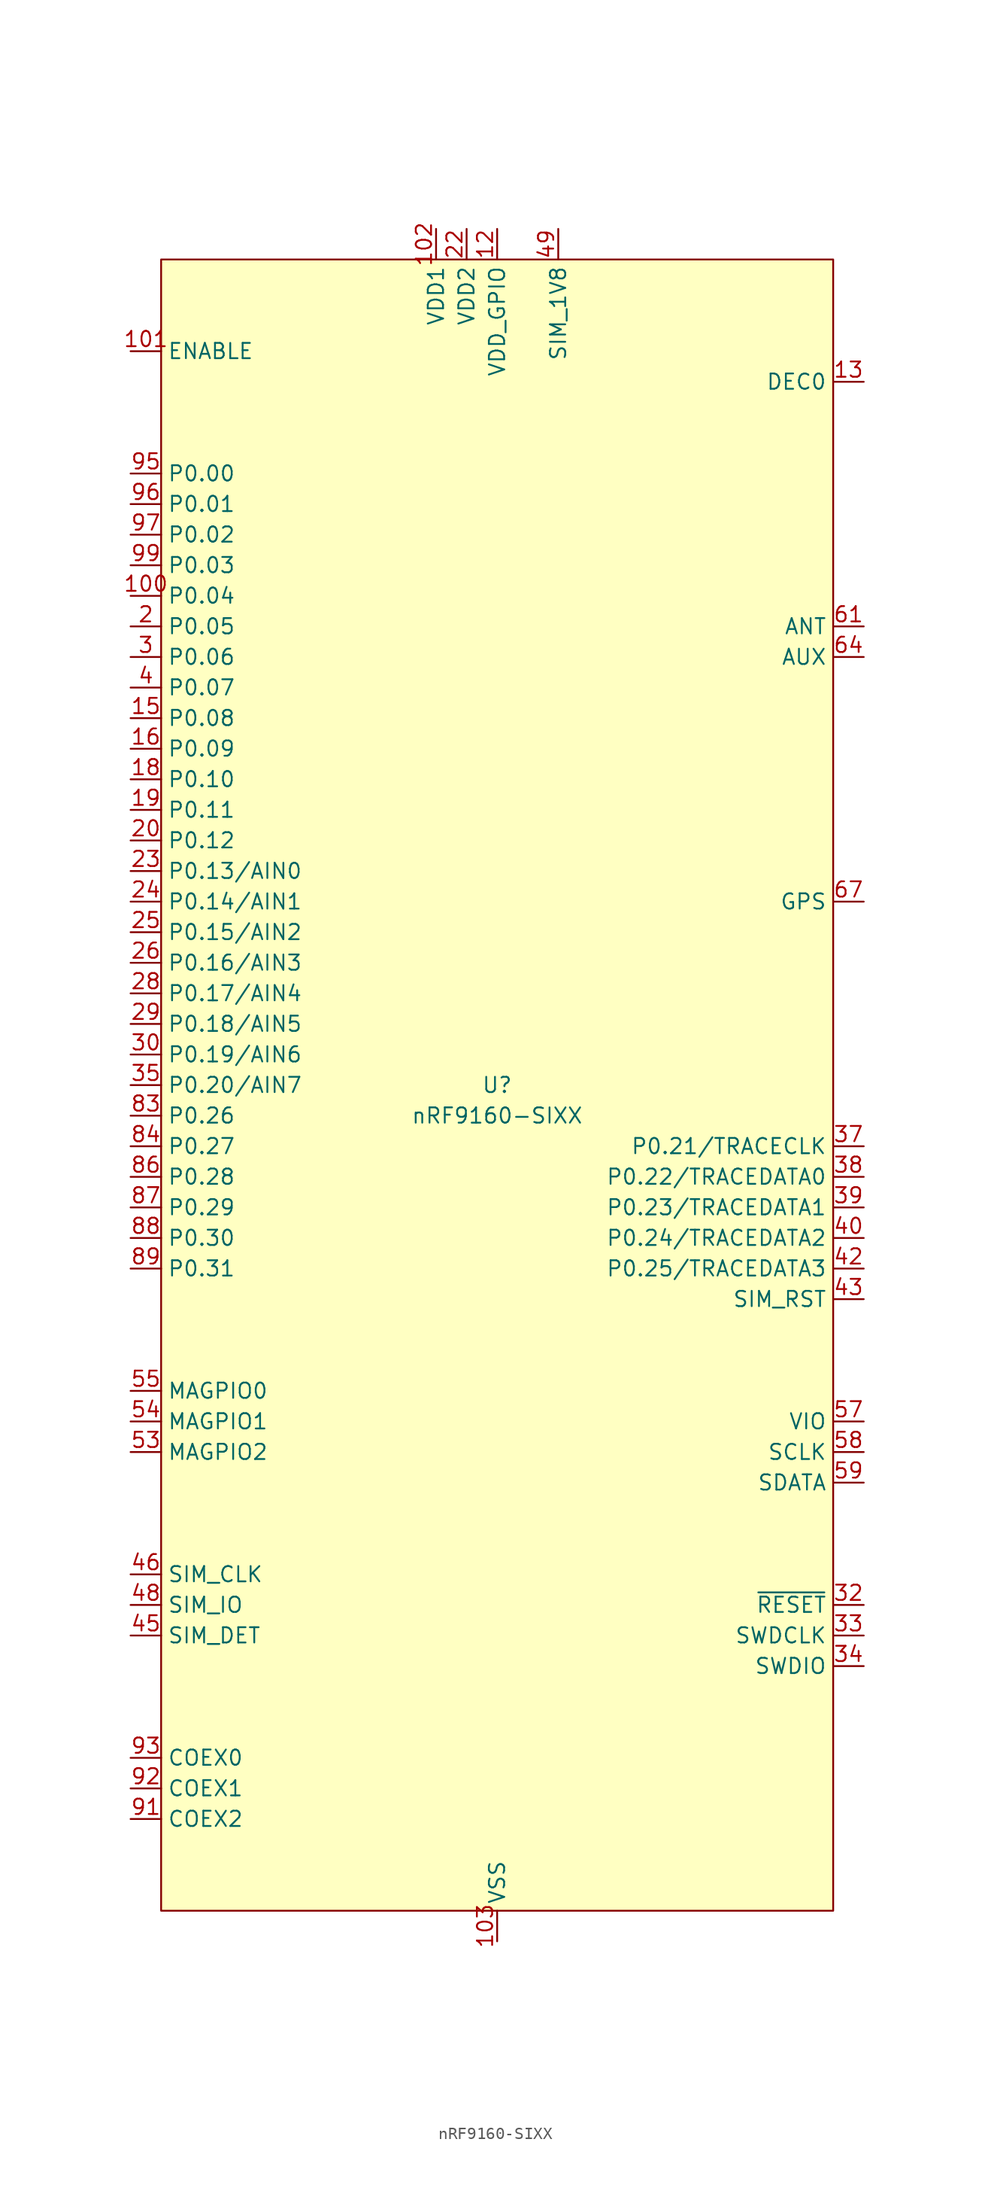
<source format=kicad_sym>
(kicad_symbol_lib
  (version 20220914)
  (generator kicad_symbol_editor)
  (symbol "nRF9160-SIXX"
    (property "Reference" "U"
      (at 0 0 0)
      (do_not_autoplace)
      (effects (font (size 1.27 1.27))))
    (property "Value" "nRF9160-SIXX"
      (at 0 -2.54 0)
      (do_not_autoplace)
      (effects (font (size 1.27 1.27))))
    (symbol "nRF9160-SIXX_0_0"
      (pin unspecified line (at -30.48 40.64 0) (length 2.54) (name "P0.04" (effects (font (size 1.27 1.27)))) (number "100" (effects (font (size 1.27 1.27)))))
      (pin unspecified line (at -30.48 60.96 0) (length 2.54) (name "ENABLE" (effects (font (size 1.27 1.27)))) (number "101" (effects (font (size 1.27 1.27)))))
      (pin unspecified line (at -5.08 71.12 270) (length 2.54) (name "VDD1" (effects (font (size 1.27 1.27)))) (number "102" (effects (font (size 1.27 1.27)))))
      (pin unspecified line (at 0 -71.12 90) (length 2.54) (name "VSS" (effects (font (size 1.27 1.27)))) (number "103" (effects (font (size 1.27 1.27)))))
      (pin unspecified line (at 0 71.12 270) (length 2.54) (name "VDD_GPIO" (effects (font (size 1.27 1.27)))) (number "12" (effects (font (size 1.27 1.27)))))
      (pin unspecified line (at -30.48 30.48 0) (length 2.54) (name "P0.08" (effects (font (size 1.27 1.27)))) (number "15" (effects (font (size 1.27 1.27)))))
      (pin unspecified line (at -30.48 27.94 0) (length 2.54) (name "P0.09" (effects (font (size 1.27 1.27)))) (number "16" (effects (font (size 1.27 1.27)))))
      (pin unspecified line (at -30.48 25.4 0) (length 2.54) (name "P0.10" (effects (font (size 1.27 1.27)))) (number "18" (effects (font (size 1.27 1.27)))))
      (pin unspecified line (at -30.48 22.86 0) (length 2.54) (name "P0.11" (effects (font (size 1.27 1.27)))) (number "19" (effects (font (size 1.27 1.27)))))
      (pin unspecified line (at -30.48 38.1 0) (length 2.54) (name "P0.05" (effects (font (size 1.27 1.27)))) (number "2" (effects (font (size 1.27 1.27)))))
      (pin unspecified line (at -30.48 20.32 0) (length 2.54) (name "P0.12" (effects (font (size 1.27 1.27)))) (number "20" (effects (font (size 1.27 1.27)))))
      (pin unspecified line (at -2.54 71.12 270) (length 2.54) (name "VDD2" (effects (font (size 1.27 1.27)))) (number "22" (effects (font (size 1.27 1.27)))))
      (pin unspecified line (at -30.48 17.78 0) (length 2.54) (name "P0.13/AIN0" (effects (font (size 1.27 1.27)))) (number "23" (effects (font (size 1.27 1.27)))))
      (pin unspecified line (at -30.48 15.24 0) (length 2.54) (name "P0.14/AIN1" (effects (font (size 1.27 1.27)))) (number "24" (effects (font (size 1.27 1.27)))))
      (pin unspecified line (at -30.48 12.7 0) (length 2.54) (name "P0.15/AIN2" (effects (font (size 1.27 1.27)))) (number "25" (effects (font (size 1.27 1.27)))))
      (pin unspecified line (at -30.48 10.16 0) (length 2.54) (name "P0.16/AIN3" (effects (font (size 1.27 1.27)))) (number "26" (effects (font (size 1.27 1.27)))))
      (pin unspecified line (at -30.48 7.62 0) (length 2.54) (name "P0.17/AIN4" (effects (font (size 1.27 1.27)))) (number "28" (effects (font (size 1.27 1.27)))))
      (pin unspecified line (at -30.48 5.08 0) (length 2.54) (name "P0.18/AIN5" (effects (font (size 1.27 1.27)))) (number "29" (effects (font (size 1.27 1.27)))))
      (pin unspecified line (at -30.48 35.56 0) (length 2.54) (name "P0.06" (effects (font (size 1.27 1.27)))) (number "3" (effects (font (size 1.27 1.27)))))
      (pin unspecified line (at -30.48 2.54 0) (length 2.54) (name "P0.19/AIN6" (effects (font (size 1.27 1.27)))) (number "30" (effects (font (size 1.27 1.27)))))
      (pin unspecified line (at 30.48 -45.72 180) (length 2.54) (name "SWDCLK" (effects (font (size 1.27 1.27)))) (number "33" (effects (font (size 1.27 1.27)))))
      (pin unspecified line (at 30.48 -48.26 180) (length 2.54) (name "SWDIO" (effects (font (size 1.27 1.27)))) (number "34" (effects (font (size 1.27 1.27)))))
      (pin unspecified line (at -30.48 0 0) (length 2.54) (name "P0.20/AIN7" (effects (font (size 1.27 1.27)))) (number "35" (effects (font (size 1.27 1.27)))))
      (pin unspecified line (at 30.48 -5.08 180) (length 2.54) (name "P0.21/TRACECLK" (effects (font (size 1.27 1.27)))) (number "37" (effects (font (size 1.27 1.27)))))
      (pin unspecified line (at 30.48 -7.62 180) (length 2.54) (name "P0.22/TRACEDATA0" (effects (font (size 1.27 1.27)))) (number "38" (effects (font (size 1.27 1.27)))))
      (pin unspecified line (at 30.48 -10.16 180) (length 2.54) (name "P0.23/TRACEDATA1" (effects (font (size 1.27 1.27)))) (number "39" (effects (font (size 1.27 1.27)))))
      (pin unspecified line (at -30.48 33.02 0) (length 2.54) (name "P0.07" (effects (font (size 1.27 1.27)))) (number "4" (effects (font (size 1.27 1.27)))))
      (pin unspecified line (at 30.48 -12.7 180) (length 2.54) (name "P0.24/TRACEDATA2" (effects (font (size 1.27 1.27)))) (number "40" (effects (font (size 1.27 1.27)))))
      (pin unspecified line (at 30.48 -15.24 180) (length 2.54) (name "P0.25/TRACEDATA3" (effects (font (size 1.27 1.27)))) (number "42" (effects (font (size 1.27 1.27)))))
      (pin unspecified line (at 30.48 -17.78 180) (length 2.54) (name "SIM_RST" (effects (font (size 1.27 1.27)))) (number "43" (effects (font (size 1.27 1.27)))))
      (pin unspecified line (at -30.48 -45.72 0) (length 2.54) (name "SIM_DET" (effects (font (size 1.27 1.27)))) (number "45" (effects (font (size 1.27 1.27)))))
      (pin unspecified line (at -30.48 -40.64 0) (length 2.54) (name "SIM_CLK" (effects (font (size 1.27 1.27)))) (number "46" (effects (font (size 1.27 1.27)))))
      (pin unspecified line (at -30.48 -43.18 0) (length 2.54) (name "SIM_IO" (effects (font (size 1.27 1.27)))) (number "48" (effects (font (size 1.27 1.27)))))
      (pin unspecified line (at 5.08 71.12 270) (length 2.54) (name "SIM_1V8" (effects (font (size 1.27 1.27)))) (number "49" (effects (font (size 1.27 1.27)))))
      (pin unspecified line (at -30.48 -30.48 0) (length 2.54) (name "MAGPIO2" (effects (font (size 1.27 1.27)))) (number "53" (effects (font (size 1.27 1.27)))))
      (pin unspecified line (at -30.48 -27.94 0) (length 2.54) (name "MAGPIO1" (effects (font (size 1.27 1.27)))) (number "54" (effects (font (size 1.27 1.27)))))
      (pin unspecified line (at -30.48 -25.4 0) (length 2.54) (name "MAGPIO0" (effects (font (size 1.27 1.27)))) (number "55" (effects (font (size 1.27 1.27)))))
      (pin unspecified line (at 30.48 -27.94 180) (length 2.54) (name "VIO" (effects (font (size 1.27 1.27)))) (number "57" (effects (font (size 1.27 1.27)))))
      (pin unspecified line (at 30.48 -30.48 180) (length 2.54) (name "SCLK" (effects (font (size 1.27 1.27)))) (number "58" (effects (font (size 1.27 1.27)))))
      (pin unspecified line (at 30.48 -33.02 180) (length 2.54) (name "SDATA" (effects (font (size 1.27 1.27)))) (number "59" (effects (font (size 1.27 1.27)))))
      (pin unspecified line (at 30.48 38.1 180) (length 2.54) (name "ANT" (effects (font (size 1.27 1.27)))) (number "61" (effects (font (size 1.27 1.27)))))
      (pin unspecified line (at 30.48 35.56 180) (length 2.54) (name "AUX" (effects (font (size 1.27 1.27)))) (number "64" (effects (font (size 1.27 1.27)))))
      (pin unspecified line (at 30.48 15.24 180) (length 2.54) (name "GPS" (effects (font (size 1.27 1.27)))) (number "67" (effects (font (size 1.27 1.27)))))
      (pin unspecified line (at -30.48 -2.54 0) (length 2.54) (name "P0.26" (effects (font (size 1.27 1.27)))) (number "83" (effects (font (size 1.27 1.27)))))
      (pin unspecified line (at -30.48 -5.08 0) (length 2.54) (name "P0.27" (effects (font (size 1.27 1.27)))) (number "84" (effects (font (size 1.27 1.27)))))
      (pin unspecified line (at -30.48 -7.62 0) (length 2.54) (name "P0.28" (effects (font (size 1.27 1.27)))) (number "86" (effects (font (size 1.27 1.27)))))
      (pin unspecified line (at -30.48 -10.16 0) (length 2.54) (name "P0.29" (effects (font (size 1.27 1.27)))) (number "87" (effects (font (size 1.27 1.27)))))
      (pin unspecified line (at -30.48 -12.7 0) (length 2.54) (name "P0.30" (effects (font (size 1.27 1.27)))) (number "88" (effects (font (size 1.27 1.27)))))
      (pin unspecified line (at -30.48 -15.24 0) (length 2.54) (name "P0.31" (effects (font (size 1.27 1.27)))) (number "89" (effects (font (size 1.27 1.27)))))
      (pin unspecified line (at -30.48 -60.96 0) (length 2.54) (name "COEX2" (effects (font (size 1.27 1.27)))) (number "91" (effects (font (size 1.27 1.27)))))
      (pin unspecified line (at -30.48 -58.42 0) (length 2.54) (name "COEX1" (effects (font (size 1.27 1.27)))) (number "92" (effects (font (size 1.27 1.27)))))
      (pin unspecified line (at -30.48 -55.88 0) (length 2.54) (name "COEX0" (effects (font (size 1.27 1.27)))) (number "93" (effects (font (size 1.27 1.27)))))
      (pin unspecified line (at -30.48 50.8 0) (length 2.54) (name "P0.00" (effects (font (size 1.27 1.27)))) (number "95" (effects (font (size 1.27 1.27)))))
      (pin unspecified line (at -30.48 48.26 0) (length 2.54) (name "P0.01" (effects (font (size 1.27 1.27)))) (number "96" (effects (font (size 1.27 1.27)))))
      (pin unspecified line (at -30.48 45.72 0) (length 2.54) (name "P0.02" (effects (font (size 1.27 1.27)))) (number "97" (effects (font (size 1.27 1.27)))))
      (pin unspecified line (at -30.48 43.18 0) (length 2.54) (name "P0.03" (effects (font (size 1.27 1.27)))) (number "99" (effects (font (size 1.27 1.27))))))
    (symbol "nRF9160-SIXX_1_0"
      (pin unspecified line (at 0 -71.12 90) (length 2.54) hide (name "GND_Shield" (effects (font (size 1.27 1.27)))) (number "1" (effects (font (size 1.27 1.27)))))
      (pin no_connect line (at 20.32 -68.58 90) (length 2.54) hide (name "Reserved" (effects (font (size 1.27 1.27)))) (number "10" (effects (font (size 1.27 1.27)))))
      (pin no_connect line (at 2.54 -68.58 90) (length 2.54) hide (name "Reserved" (effects (font (size 1.27 1.27)))) (number "104" (effects (font (size 1.27 1.27)))))
      (pin no_connect line (at 27.94 -53.34 180) (length 2.54) hide (name "Reserved" (effects (font (size 1.27 1.27)))) (number "105" (effects (font (size 1.27 1.27)))))
      (pin no_connect line (at -20.32 -68.58 90) (length 2.54) hide (name "Reserved" (effects (font (size 1.27 1.27)))) (number "106" (effects (font (size 1.27 1.27)))))
      (pin no_connect line (at -15.24 -68.58 90) (length 2.54) hide (name "Reserved" (effects (font (size 1.27 1.27)))) (number "107" (effects (font (size 1.27 1.27)))))
      (pin no_connect line (at -12.7 -68.58 90) (length 2.54) hide (name "Reserved" (effects (font (size 1.27 1.27)))) (number "108" (effects (font (size 1.27 1.27)))))
      (pin no_connect line (at 22.86 -68.58 90) (length 2.54) hide (name "Reserved" (effects (font (size 1.27 1.27)))) (number "109" (effects (font (size 1.27 1.27)))))
      (pin unspecified line (at 0 -71.12 90) (length 2.54) hide (name "GND_Shield" (effects (font (size 1.27 1.27)))) (number "11" (effects (font (size 1.27 1.27)))))
      (pin no_connect line (at 15.24 -68.58 90) (length 2.54) hide (name "Reserved" (effects (font (size 1.27 1.27)))) (number "110" (effects (font (size 1.27 1.27)))))
      (pin no_connect line (at 7.62 -68.58 90) (length 2.54) hide (name "Reserved" (effects (font (size 1.27 1.27)))) (number "111" (effects (font (size 1.27 1.27)))))
      (pin no_connect line (at 27.94 -22.86 180) (length 2.54) hide (name "Reserved" (effects (font (size 1.27 1.27)))) (number "112" (effects (font (size 1.27 1.27)))))
      (pin no_connect line (at 27.94 -50.8 180) (length 2.54) hide (name "Reserved" (effects (font (size 1.27 1.27)))) (number "113" (effects (font (size 1.27 1.27)))))
      (pin no_connect line (at -22.86 -68.58 90) (length 2.54) hide (name "Reserved" (effects (font (size 1.27 1.27)))) (number "114" (effects (font (size 1.27 1.27)))))
      (pin no_connect line (at -27.94 -50.8 0) (length 2.54) hide (name "Reserved" (effects (font (size 1.27 1.27)))) (number "115" (effects (font (size 1.27 1.27)))))
      (pin no_connect line (at 27.94 -40.64 180) (length 2.54) hide (name "Reserved" (effects (font (size 1.27 1.27)))) (number "116" (effects (font (size 1.27 1.27)))))
      (pin no_connect line (at -27.94 -48.26 0) (length 2.54) hide (name "Reserved" (effects (font (size 1.27 1.27)))) (number "117" (effects (font (size 1.27 1.27)))))
      (pin no_connect line (at -17.78 -68.58 90) (length 2.54) hide (name "Reserved" (effects (font (size 1.27 1.27)))) (number "118" (effects (font (size 1.27 1.27)))))
      (pin no_connect line (at -5.08 -68.58 90) (length 2.54) hide (name "Reserved" (effects (font (size 1.27 1.27)))) (number "119" (effects (font (size 1.27 1.27)))))
      (pin no_connect line (at 25.4 -68.58 90) (length 2.54) hide (name "Reserved" (effects (font (size 1.27 1.27)))) (number "120" (effects (font (size 1.27 1.27)))))
      (pin no_connect line (at 17.78 -68.58 90) (length 2.54) hide (name "Reserved" (effects (font (size 1.27 1.27)))) (number "121" (effects (font (size 1.27 1.27)))))
      (pin no_connect line (at 5.08 -68.58 90) (length 2.54) hide (name "Reserved" (effects (font (size 1.27 1.27)))) (number "122" (effects (font (size 1.27 1.27)))))
      (pin no_connect line (at 27.94 -35.56 180) (length 2.54) hide (name "Reserved" (effects (font (size 1.27 1.27)))) (number "123" (effects (font (size 1.27 1.27)))))
      (pin no_connect line (at 27.94 -38.1 180) (length 2.54) hide (name "Reserved" (effects (font (size 1.27 1.27)))) (number "124" (effects (font (size 1.27 1.27)))))
      (pin no_connect line (at -27.94 -53.34 0) (length 2.54) hide (name "Reserved" (effects (font (size 1.27 1.27)))) (number "125" (effects (font (size 1.27 1.27)))))
      (pin no_connect line (at 27.94 -55.88 180) (length 2.54) hide (name "Reserved" (effects (font (size 1.27 1.27)))) (number "126" (effects (font (size 1.27 1.27)))))
      (pin no_connect line (at -10.16 -68.58 90) (length 2.54) hide (name "Reserved" (effects (font (size 1.27 1.27)))) (number "127" (effects (font (size 1.27 1.27)))))
      (pin unspecified line (at 30.48 58.42 180) (length 2.54) (name "DEC0" (effects (font (size 1.27 1.27)))) (number "13" (effects (font (size 1.27 1.27)))))
      (pin unspecified line (at 0 -71.12 90) (length 2.54) hide (name "GND_Shield" (effects (font (size 1.27 1.27)))) (number "14" (effects (font (size 1.27 1.27)))))
      (pin unspecified line (at 0 -71.12 90) (length 2.54) hide (name "GND_Shield" (effects (font (size 1.27 1.27)))) (number "17" (effects (font (size 1.27 1.27)))))
      (pin unspecified line (at 0 -71.12 90) (length 2.54) hide (name "GND_Shield" (effects (font (size 1.27 1.27)))) (number "21" (effects (font (size 1.27 1.27)))))
      (pin unspecified line (at 0 -71.12 90) (length 2.54) hide (name "GND_Shield" (effects (font (size 1.27 1.27)))) (number "27" (effects (font (size 1.27 1.27)))))
      (pin unspecified line (at 0 -71.12 90) (length 2.54) hide (name "GND_Shield" (effects (font (size 1.27 1.27)))) (number "31" (effects (font (size 1.27 1.27)))))
      (pin unspecified line (at 30.48 -43.18 180) (length 2.54) (name "~{RESET}" (effects (font (size 1.27 1.27)))) (number "32" (effects (font (size 1.27 1.27)))))
      (pin unspecified line (at 0 -71.12 90) (length 2.54) hide (name "GND_Shield" (effects (font (size 1.27 1.27)))) (number "36" (effects (font (size 1.27 1.27)))))
      (pin unspecified line (at 0 -71.12 90) (length 2.54) hide (name "GND_Shield" (effects (font (size 1.27 1.27)))) (number "41" (effects (font (size 1.27 1.27)))))
      (pin unspecified line (at 0 -71.12 90) (length 2.54) hide (name "GND_Shield" (effects (font (size 1.27 1.27)))) (number "44" (effects (font (size 1.27 1.27)))))
      (pin unspecified line (at 0 -71.12 90) (length 2.54) hide (name "GND_Shield" (effects (font (size 1.27 1.27)))) (number "47" (effects (font (size 1.27 1.27)))))
      (pin unspecified line (at 0 -71.12 90) (length 2.54) hide (name "GND_Shield" (effects (font (size 1.27 1.27)))) (number "5" (effects (font (size 1.27 1.27)))))
      (pin unspecified line (at 0 -71.12 90) (length 2.54) hide (name "GND_Shield" (effects (font (size 1.27 1.27)))) (number "50" (effects (font (size 1.27 1.27)))))
      (pin no_connect line (at 10.16 -68.58 90) (length 2.54) hide (name "Reserved" (effects (font (size 1.27 1.27)))) (number "51" (effects (font (size 1.27 1.27)))))
      (pin unspecified line (at 0 -71.12 90) (length 2.54) hide (name "GND_Shield" (effects (font (size 1.27 1.27)))) (number "52" (effects (font (size 1.27 1.27)))))
      (pin unspecified line (at 0 -71.12 90) (length 2.54) hide (name "GND_Shield" (effects (font (size 1.27 1.27)))) (number "56" (effects (font (size 1.27 1.27)))))
      (pin unspecified line (at 0 -71.12 90) (length 2.54) hide (name "GND_Shield" (effects (font (size 1.27 1.27)))) (number "6" (effects (font (size 1.27 1.27)))))
      (pin unspecified line (at 0 -71.12 90) (length 2.54) hide (name "GND_Shield" (effects (font (size 1.27 1.27)))) (number "60" (effects (font (size 1.27 1.27)))))
      (pin unspecified line (at 0 -71.12 90) (length 2.54) hide (name "GND_Shield" (effects (font (size 1.27 1.27)))) (number "62" (effects (font (size 1.27 1.27)))))
      (pin unspecified line (at 0 -71.12 90) (length 2.54) hide (name "GND_Shield" (effects (font (size 1.27 1.27)))) (number "63" (effects (font (size 1.27 1.27)))))
      (pin unspecified line (at 0 -71.12 90) (length 2.54) hide (name "GND_Shield" (effects (font (size 1.27 1.27)))) (number "65" (effects (font (size 1.27 1.27)))))
      (pin unspecified line (at 0 -71.12 90) (length 2.54) hide (name "GND_Shield" (effects (font (size 1.27 1.27)))) (number "66" (effects (font (size 1.27 1.27)))))
      (pin unspecified line (at 0 -71.12 90) (length 2.54) hide (name "GND_Shield" (effects (font (size 1.27 1.27)))) (number "68" (effects (font (size 1.27 1.27)))))
      (pin unspecified line (at 0 -71.12 90) (length 2.54) hide (name "GND_Shield" (effects (font (size 1.27 1.27)))) (number "69" (effects (font (size 1.27 1.27)))))
      (pin unspecified line (at 0 -71.12 90) (length 2.54) hide (name "GND_Shield" (effects (font (size 1.27 1.27)))) (number "7" (effects (font (size 1.27 1.27)))))
      (pin no_connect line (at -7.62 -68.58 90) (length 2.54) hide (name "Reserved" (effects (font (size 1.27 1.27)))) (number "70" (effects (font (size 1.27 1.27)))))
      (pin no_connect line (at -2.54 -68.58 90) (length 2.54) hide (name "Reserved" (effects (font (size 1.27 1.27)))) (number "71" (effects (font (size 1.27 1.27)))))
      (pin unspecified line (at 0 -71.12 90) (length 2.54) hide (name "GND_Shield" (effects (font (size 1.27 1.27)))) (number "72" (effects (font (size 1.27 1.27)))))
      (pin no_connect line (at 12.7 -68.58 90) (length 2.54) hide (name "Reserved" (effects (font (size 1.27 1.27)))) (number "73" (effects (font (size 1.27 1.27)))))
      (pin unspecified line (at 0 -71.12 90) (length 2.54) hide (name "GND_Shield" (effects (font (size 1.27 1.27)))) (number "74" (effects (font (size 1.27 1.27)))))
      (pin unspecified line (at 0 -71.12 90) (length 2.54) hide (name "GND_Shield" (effects (font (size 1.27 1.27)))) (number "75" (effects (font (size 1.27 1.27)))))
      (pin unspecified line (at 0 -71.12 90) (length 2.54) hide (name "GND_Shield" (effects (font (size 1.27 1.27)))) (number "76" (effects (font (size 1.27 1.27)))))
      (pin unspecified line (at 0 -71.12 90) (length 2.54) hide (name "GND_Shield" (effects (font (size 1.27 1.27)))) (number "77" (effects (font (size 1.27 1.27)))))
      (pin unspecified line (at 0 -71.12 90) (length 2.54) hide (name "GND_Shield" (effects (font (size 1.27 1.27)))) (number "78" (effects (font (size 1.27 1.27)))))
      (pin unspecified line (at 0 -71.12 90) (length 2.54) hide (name "GND_Shield" (effects (font (size 1.27 1.27)))) (number "79" (effects (font (size 1.27 1.27)))))
      (pin unspecified line (at 0 -71.12 90) (length 2.54) hide (name "GND_Shield" (effects (font (size 1.27 1.27)))) (number "8" (effects (font (size 1.27 1.27)))))
      (pin unspecified line (at 0 -71.12 90) (length 2.54) hide (name "GND_Shield" (effects (font (size 1.27 1.27)))) (number "80" (effects (font (size 1.27 1.27)))))
      (pin unspecified line (at 0 -71.12 90) (length 2.54) hide (name "GND_Shield" (effects (font (size 1.27 1.27)))) (number "81" (effects (font (size 1.27 1.27)))))
      (pin unspecified line (at 0 -71.12 90) (length 2.54) hide (name "GND_Shield" (effects (font (size 1.27 1.27)))) (number "82" (effects (font (size 1.27 1.27)))))
      (pin unspecified line (at 0 -71.12 90) (length 2.54) hide (name "GND_Shield" (effects (font (size 1.27 1.27)))) (number "85" (effects (font (size 1.27 1.27)))))
      (pin unspecified line (at 0 -71.12 90) (length 2.54) hide (name "GND_Shield" (effects (font (size 1.27 1.27)))) (number "9" (effects (font (size 1.27 1.27)))))
      (pin unspecified line (at 0 -71.12 90) (length 2.54) hide (name "GND_Shield" (effects (font (size 1.27 1.27)))) (number "90" (effects (font (size 1.27 1.27)))))
      (pin unspecified line (at 0 -71.12 90) (length 2.54) hide (name "GND_Shield" (effects (font (size 1.27 1.27)))) (number "94" (effects (font (size 1.27 1.27)))))
      (pin unspecified line (at 0 -71.12 90) (length 2.54) hide (name "GND_Shield" (effects (font (size 1.27 1.27)))) (number "98" (effects (font (size 1.27 1.27))))))
    (symbol "nRF9160-SIXX_1_1"
      (rectangle (start -27.94 68.58) (end 27.94 -68.58) (stroke (width 0) (type default)) (fill (type background))))))
</source>
